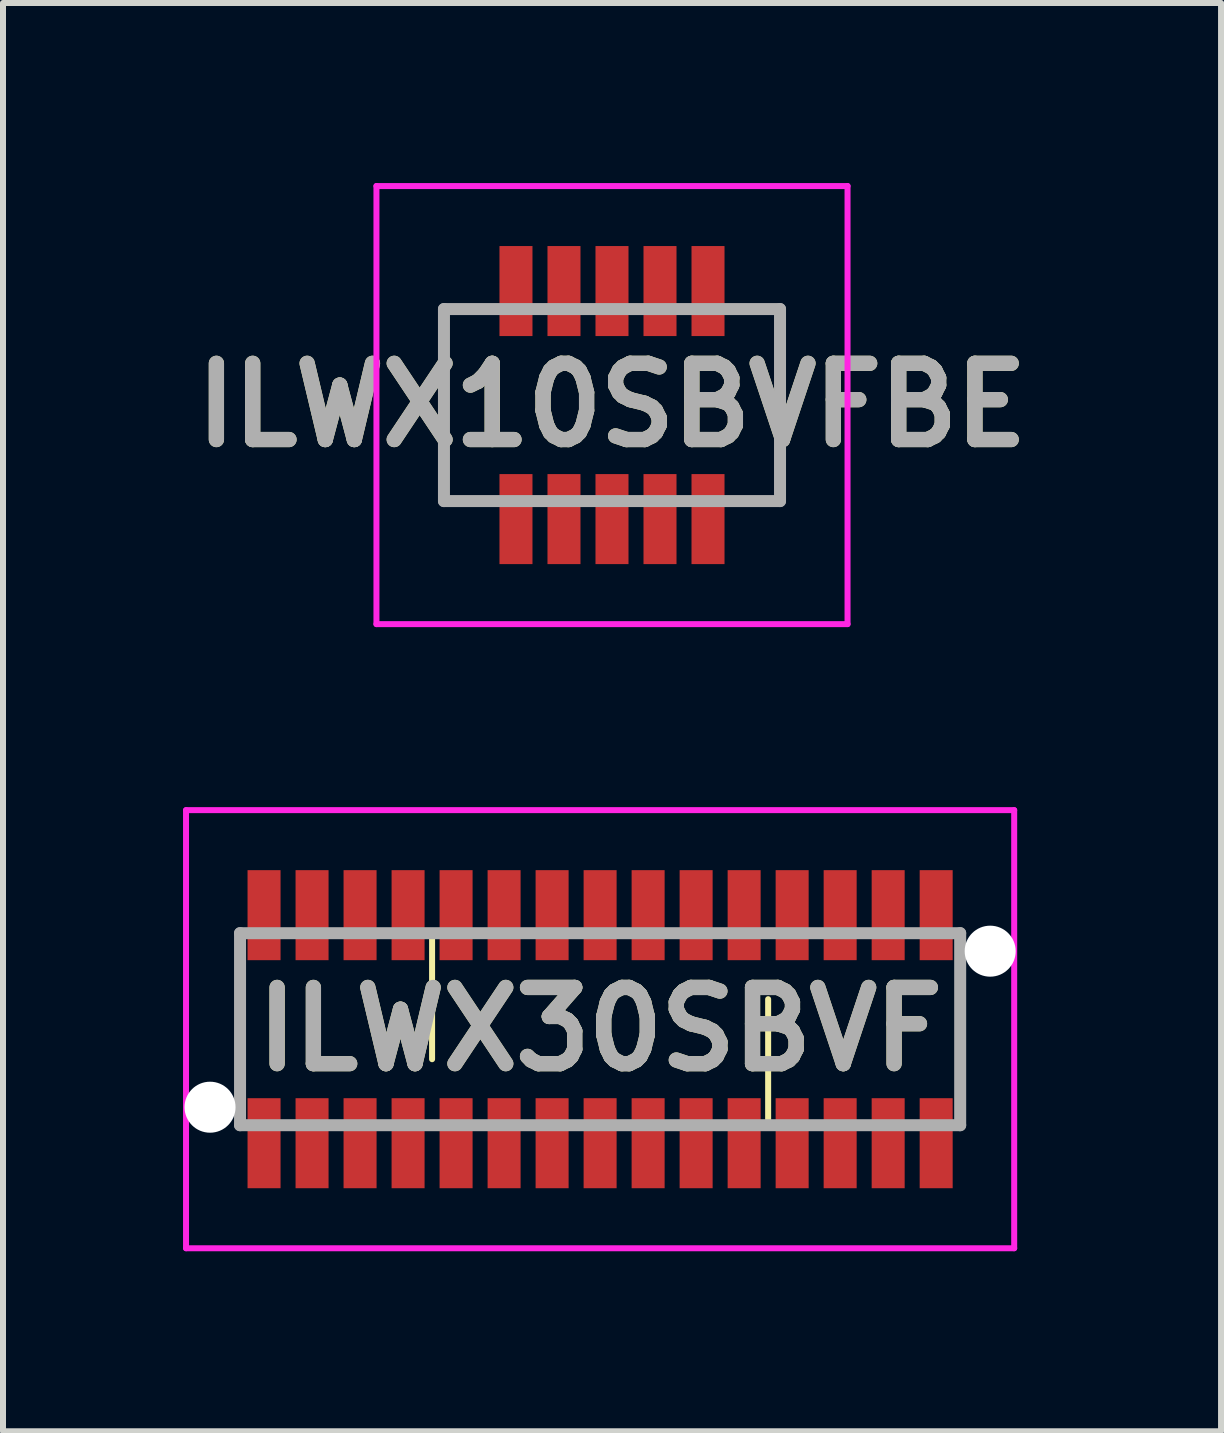
<source format=kicad_pcb>
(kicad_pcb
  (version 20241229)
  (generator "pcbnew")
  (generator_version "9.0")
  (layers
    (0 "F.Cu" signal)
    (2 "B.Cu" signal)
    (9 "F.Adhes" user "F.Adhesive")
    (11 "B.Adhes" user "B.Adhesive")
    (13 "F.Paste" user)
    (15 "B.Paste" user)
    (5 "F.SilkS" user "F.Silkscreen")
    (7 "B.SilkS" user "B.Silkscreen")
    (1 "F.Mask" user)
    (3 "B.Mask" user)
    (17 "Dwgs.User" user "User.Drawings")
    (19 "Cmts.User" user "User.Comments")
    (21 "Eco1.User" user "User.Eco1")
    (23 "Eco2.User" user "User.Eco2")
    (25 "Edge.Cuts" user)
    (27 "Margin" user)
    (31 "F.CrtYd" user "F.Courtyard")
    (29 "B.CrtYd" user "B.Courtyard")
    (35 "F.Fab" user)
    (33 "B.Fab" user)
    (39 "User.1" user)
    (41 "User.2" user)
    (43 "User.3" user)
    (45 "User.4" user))
  (footprint "ILWX10SBVFBE"
    (layer "F.Cu")
    (at 7.148 3.7)
    (property "Reference" "ILWX10SBVFBE" (at 0 0 0) (layer "F.SilkS") (effects (font (size 1.27 1.27) (thickness 0.254))))
    (attr through_hole)
    (fp_line (start -2.8 -1.6) (end -2.8 0.5) (stroke (width 0.1) (type solid)) (layer "F.SilkS"))
    (fp_line (start -2 -1.6) (end -2.8 -1.6) (stroke (width 0.1) (type solid)) (layer "F.SilkS"))
    (fp_line (start 2.8 -0.5) (end 2.8 1.6) (stroke (width 0.1) (type solid)) (layer "F.SilkS"))
    (fp_line (start 2.8 1.6) (end 2 1.6) (stroke (width 0.1) (type solid)) (layer "F.SilkS"))
    (fp_line (start -3.925 -3.65) (end 3.925 -3.65) (stroke (width 0.1) (type solid)) (layer "F.CrtYd"))
    (fp_line (start -3.925 3.65) (end -3.925 -3.65) (stroke (width 0.1) (type solid)) (layer "F.CrtYd"))
    (fp_line (start 3.925 -3.65) (end 3.925 3.65) (stroke (width 0.1) (type solid)) (layer "F.CrtYd"))
    (fp_line (start 3.925 3.65) (end -3.925 3.65) (stroke (width 0.1) (type solid)) (layer "F.CrtYd"))
    (fp_line (start -2.8 -1.6) (end 2.8 -1.6) (stroke (width 0.2) (type solid)) (layer "F.Fab"))
    (fp_line (start -2.8 1.6) (end -2.8 -1.6) (stroke (width 0.2) (type solid)) (layer "F.Fab"))
    (fp_line (start 2.8 -1.6) (end 2.8 1.6) (stroke (width 0.2) (type solid)) (layer "F.Fab"))
    (fp_line (start 2.8 1.6) (end -2.8 1.6) (stroke (width 0.2) (type solid)) (layer "F.Fab"))
    (fp_text user "${REFERENCE}" (at 0 0 0) (layer "F.Fab") (effects (font (size 1.27 1.27) (thickness 0.254))))
    (pad "" np_thru_hole circle (at -2.5 1.3) (size 0.001 0.001) (drill 0.85) (layers "*.Cu" "*.Mask"))
    (pad "" np_thru_hole circle (at 2.5 -1.3) (size 0.001 0.001) (drill 0.85) (layers "*.Cu" "*.Mask"))
    (pad "1" smd rect (at -1.6 1.9) (size 0.55 1.5) (layers "F.Cu" "F.Mask" "F.Paste"))
    (pad "2" smd rect (at -1.6 -1.9) (size 0.55 1.5) (layers "F.Cu" "F.Mask" "F.Paste"))
    (pad "3" smd rect (at -0.8 1.9) (size 0.55 1.5) (layers "F.Cu" "F.Mask" "F.Paste"))
    (pad "4" smd rect (at -0.8 -1.9) (size 0.55 1.5) (layers "F.Cu" "F.Mask" "F.Paste"))
    (pad "5" smd rect (at 0 1.9) (size 0.55 1.5) (layers "F.Cu" "F.Mask" "F.Paste"))
    (pad "6" smd rect (at 0 -1.9) (size 0.55 1.5) (layers "F.Cu" "F.Mask" "F.Paste"))
    (pad "7" smd rect (at 0.8 1.9) (size 0.55 1.5) (layers "F.Cu" "F.Mask" "F.Paste"))
    (pad "8" smd rect (at 0.8 -1.9) (size 0.55 1.5) (layers "F.Cu" "F.Mask" "F.Paste"))
    (pad "9" smd rect (at 1.6 1.9) (size 0.55 1.5) (layers "F.Cu" "F.Mask" "F.Paste"))
    (pad "10" smd rect (at 1.6 -1.9) (size 0.55 1.5) (layers "F.Cu" "F.Mask" "F.Paste")))
  (footprint "ILWX30SBVF"
    (layer "F.Cu")
    (at 6.95 14.1)
    (property "Reference" "ILWX30SBVF" (at 0 0 0) (layer "F.SilkS") (effects (font (size 1.27 1.27) (thickness 0.254))))
    (attr through_hole)
    (fp_line (start -2.8 -1.6) (end -2.8 0.5) (stroke (width 0.1) (type solid)) (layer "F.SilkS"))
    (fp_line (start -2 -1.6) (end -2.8 -1.6) (stroke (width 0.1) (type solid)) (layer "F.SilkS"))
    (fp_line (start 2.8 -0.5) (end 2.8 1.6) (stroke (width 0.1) (type solid)) (layer "F.SilkS"))
    (fp_line (start 2.8 1.6) (end 2 1.6) (stroke (width 0.1) (type solid)) (layer "F.SilkS"))
    (fp_line (start -6.9 -3.65) (end 6.9 -3.65) (stroke (width 0.1) (type solid)) (layer "F.CrtYd"))
    (fp_line (start -6.9 3.65) (end -6.9 -3.65) (stroke (width 0.1) (type solid)) (layer "F.CrtYd"))
    (fp_line (start 6.9 -3.65) (end 6.9 3.65) (stroke (width 0.1) (type solid)) (layer "F.CrtYd"))
    (fp_line (start 6.9 3.65) (end -6.9 3.65) (stroke (width 0.1) (type solid)) (layer "F.CrtYd"))
    (fp_line (start -6 -1.6) (end 6 -1.6) (stroke (width 0.2) (type solid)) (layer "F.Fab"))
    (fp_line (start -6 1.6) (end -6 -1.6) (stroke (width 0.2) (type solid)) (layer "F.Fab"))
    (fp_line (start 6 -1.6) (end 6 1.6) (stroke (width 0.2) (type solid)) (layer "F.Fab"))
    (fp_line (start 6 1.6) (end -6 1.6) (stroke (width 0.2) (type solid)) (layer "F.Fab"))
    (fp_text user "${REFERENCE}" (at 0 0 0) (layer "F.Fab") (effects (font (size 1.27 1.27) (thickness 0.254))))
    (pad "" np_thru_hole circle (at -6.5 1.3) (size 0.85 0.85) (drill 0.85) (layers "*.Cu" "*.Mask"))
    (pad "" np_thru_hole circle (at 6.5 -1.3) (size 0.85 0.85) (drill 0.85) (layers "*.Cu" "*.Mask"))
    (pad "1" smd rect (at -5.6 1.9) (size 0.55 1.5) (layers "F.Cu" "F.Mask" "F.Paste"))
    (pad "2" smd rect (at -5.6 -1.9) (size 0.55 1.5) (layers "F.Cu" "F.Mask" "F.Paste"))
    (pad "3" smd rect (at -4.8 1.9) (size 0.55 1.5) (layers "F.Cu" "F.Mask" "F.Paste"))
    (pad "4" smd rect (at -4.8 -1.9) (size 0.55 1.5) (layers "F.Cu" "F.Mask" "F.Paste"))
    (pad "5" smd rect (at -4 1.9) (size 0.55 1.5) (layers "F.Cu" "F.Mask" "F.Paste"))
    (pad "6" smd rect (at -4 -1.9) (size 0.55 1.5) (layers "F.Cu" "F.Mask" "F.Paste"))
    (pad "7" smd rect (at -3.2 1.9) (size 0.55 1.5) (layers "F.Cu" "F.Mask" "F.Paste"))
    (pad "8" smd rect (at -3.2 -1.9) (size 0.55 1.5) (layers "F.Cu" "F.Mask" "F.Paste"))
    (pad "9" smd rect (at -2.4 1.9) (size 0.55 1.5) (layers "F.Cu" "F.Mask" "F.Paste"))
    (pad "10" smd rect (at -2.4 -1.9) (size 0.55 1.5) (layers "F.Cu" "F.Mask" "F.Paste"))
    (pad "11" smd rect (at -1.6 1.9) (size 0.55 1.5) (layers "F.Cu" "F.Mask" "F.Paste"))
    (pad "12" smd rect (at -1.6 -1.9) (size 0.55 1.5) (layers "F.Cu" "F.Mask" "F.Paste"))
    (pad "13" smd rect (at -0.8 1.9) (size 0.55 1.5) (layers "F.Cu" "F.Mask" "F.Paste"))
    (pad "14" smd rect (at -0.8 -1.9) (size 0.55 1.5) (layers "F.Cu" "F.Mask" "F.Paste"))
    (pad "15" smd rect (at 0 1.9) (size 0.55 1.5) (layers "F.Cu" "F.Mask" "F.Paste"))
    (pad "16" smd rect (at 0 -1.9) (size 0.55 1.5) (layers "F.Cu" "F.Mask" "F.Paste"))
    (pad "17" smd rect (at 0.8 1.9) (size 0.55 1.5) (layers "F.Cu" "F.Mask" "F.Paste"))
    (pad "18" smd rect (at 0.8 -1.9) (size 0.55 1.5) (layers "F.Cu" "F.Mask" "F.Paste"))
    (pad "19" smd rect (at 1.6 1.9) (size 0.55 1.5) (layers "F.Cu" "F.Mask" "F.Paste"))
    (pad "20" smd rect (at 1.6 -1.9) (size 0.55 1.5) (layers "F.Cu" "F.Mask" "F.Paste"))
    (pad "21" smd rect (at 2.4 1.9) (size 0.55 1.5) (layers "F.Cu" "F.Mask" "F.Paste"))
    (pad "22" smd rect (at 2.4 -1.9) (size 0.55 1.5) (layers "F.Cu" "F.Mask" "F.Paste"))
    (pad "23" smd rect (at 3.2 1.9) (size 0.55 1.5) (layers "F.Cu" "F.Mask" "F.Paste"))
    (pad "24" smd rect (at 3.2 -1.9) (size 0.55 1.5) (layers "F.Cu" "F.Mask" "F.Paste"))
    (pad "25" smd rect (at 4 1.9) (size 0.55 1.5) (layers "F.Cu" "F.Mask" "F.Paste"))
    (pad "26" smd rect (at 4 -1.9) (size 0.55 1.5) (layers "F.Cu" "F.Mask" "F.Paste"))
    (pad "27" smd rect (at 4.8 1.9) (size 0.55 1.5) (layers "F.Cu" "F.Mask" "F.Paste"))
    (pad "28" smd rect (at 4.8 -1.9) (size 0.55 1.5) (layers "F.Cu" "F.Mask" "F.Paste"))
    (pad "29" smd rect (at 5.6 1.9) (size 0.55 1.5) (layers "F.Cu" "F.Mask" "F.Paste"))
    (pad "30" smd rect (at 5.6 -1.9) (size 0.55 1.5) (layers "F.Cu" "F.Mask" "F.Paste")))
  (gr_rect
    (start -3 -3)
    (end 17.297 20.8)
    (stroke (width 0.1) (type default))
    (fill no)
    (layer "Edge.Cuts")))
</source>
